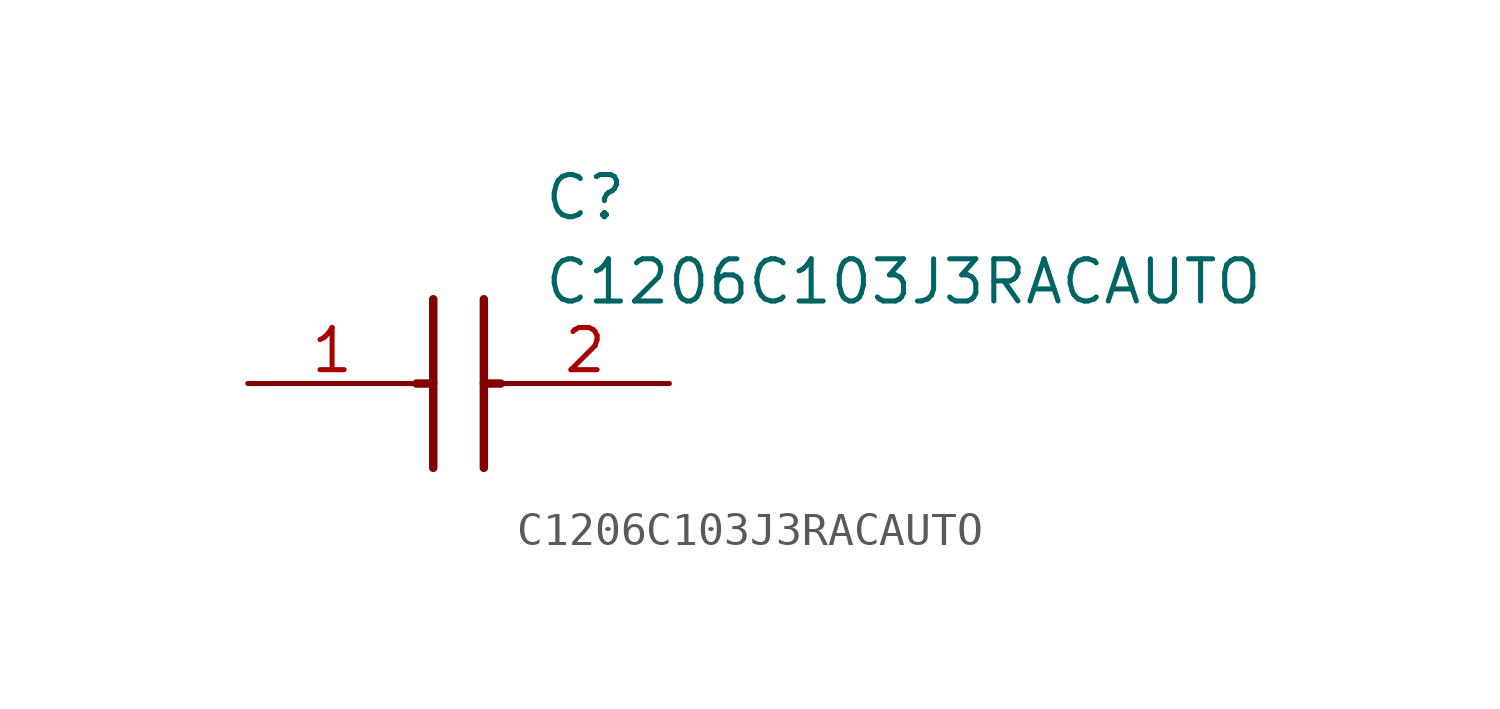
<source format=kicad_sym>
(kicad_symbol_lib
  (version 20211014)
  (generator SamacSys_ECAD_Model)
  (symbol "C1206C103J3RACAUTO"
    (pin_names hide)
    (property "Reference" "C"
      (at 8.89 6.35 0)
      (effects (font (size 1.27 1.27)) (justify left top)))
    (property "Value" "C1206C103J3RACAUTO"
      (at 8.89 3.81 0)
      (effects (font (size 1.27 1.27)) (justify left top)))
    (polyline
      (pts (xy 5.588 2.54) (xy 5.588 -2.54))
      (stroke (width 0.254) (type default))
      (fill (type none)))
    (polyline
      (pts (xy 7.112 2.54) (xy 7.112 -2.54))
      (stroke (width 0.254) (type default))
      (fill (type none)))
    (polyline
      (pts (xy 5.08 0) (xy 5.588 0))
      (stroke (width 0.254) (type default))
      (fill (type none)))
    (polyline
      (pts (xy 7.112 0) (xy 7.62 0))
      (stroke (width 0.254) (type default))
      (fill (type none)))
    (pin passive line
      (at 0 0 0)
      (length 5.08)
      (name "1" (effects (font (size 1.27 1.27))))
      (number "1" (effects (font (size 1.27 1.27)))))
    (pin passive line
      (at 12.7 0 180)
      (length 5.08)
      (name "2" (effects (font (size 1.27 1.27))))
      (number "2" (effects (font (size 1.27 1.27)))))))
</source>
